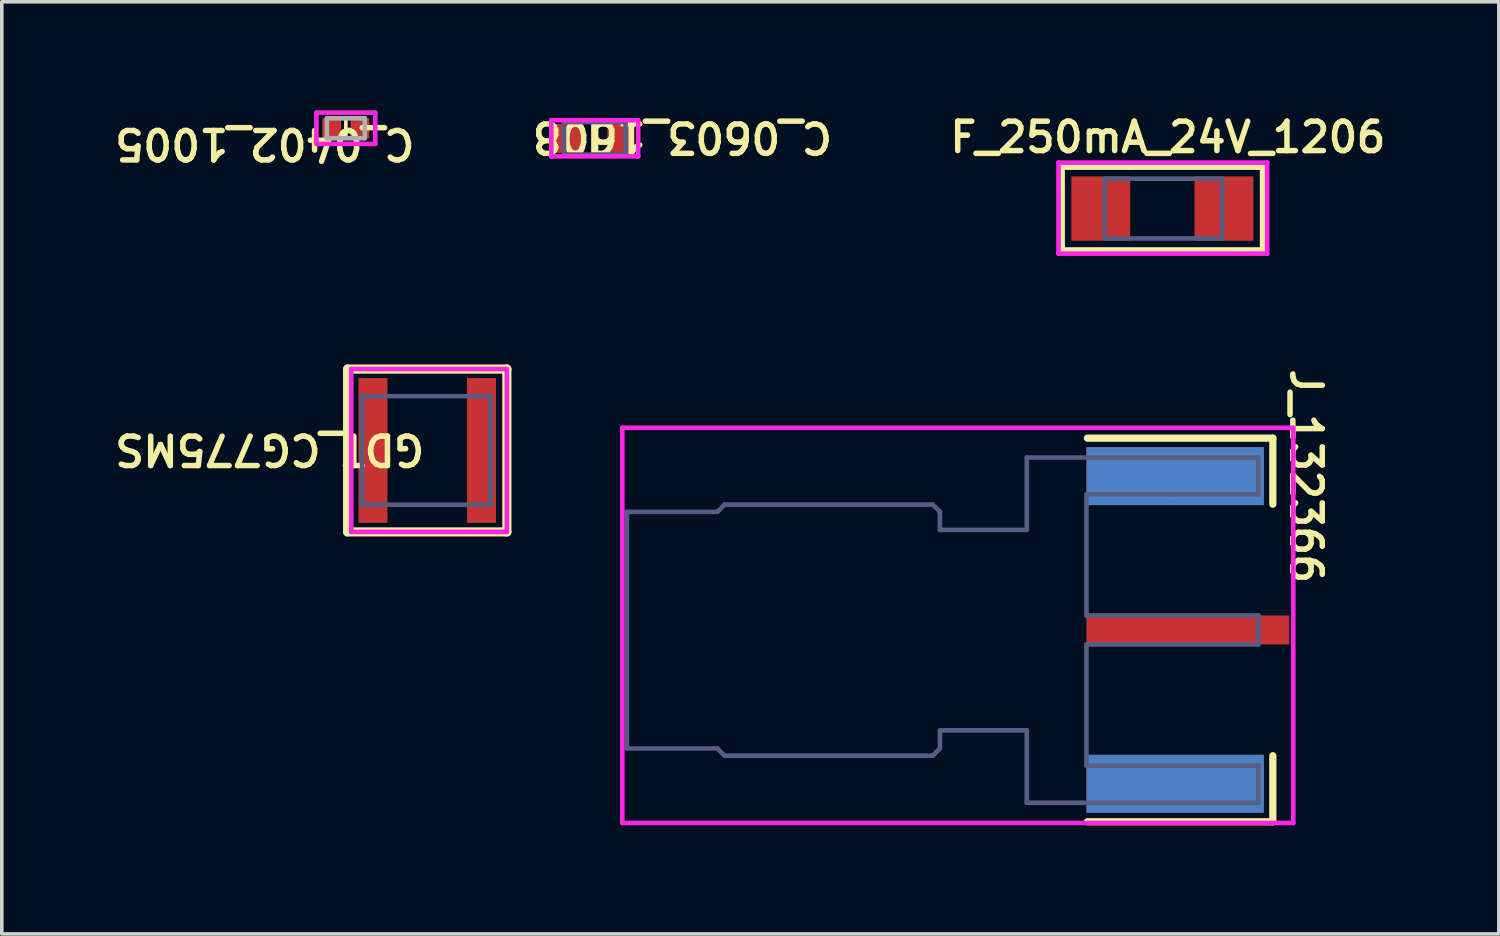
<source format=kicad_pcb>
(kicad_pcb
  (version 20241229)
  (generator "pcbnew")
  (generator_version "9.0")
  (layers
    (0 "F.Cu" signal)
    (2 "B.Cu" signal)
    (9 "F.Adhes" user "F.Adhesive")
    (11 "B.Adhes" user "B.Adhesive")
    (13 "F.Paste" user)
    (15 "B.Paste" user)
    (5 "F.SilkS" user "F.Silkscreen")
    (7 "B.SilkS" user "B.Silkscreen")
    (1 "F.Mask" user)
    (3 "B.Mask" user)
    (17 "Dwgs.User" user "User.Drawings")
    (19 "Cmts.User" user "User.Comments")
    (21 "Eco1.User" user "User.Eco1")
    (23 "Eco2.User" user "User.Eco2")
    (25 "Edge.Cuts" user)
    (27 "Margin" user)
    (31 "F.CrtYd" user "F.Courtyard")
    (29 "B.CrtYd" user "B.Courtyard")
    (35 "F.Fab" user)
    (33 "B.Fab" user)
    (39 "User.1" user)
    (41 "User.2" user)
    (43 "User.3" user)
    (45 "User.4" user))
  (footprint "J_132366"
    (layer "F.Cu")
    (at 26.975 14.359)
    (property "Reference" "J_132366" (at 6.071 -4.248 270) (unlocked yes) (layer "F.SilkS") (effects (font (size 0.813 0.813) (thickness 0.152))))
    (attr smd)
    (fp_line (start 0.025 -5.3) (end 5.15 -5.3) (stroke (width 0.2) (type solid)) (layer "F.SilkS"))
    (fp_line (start 0.025 5.3) (end 5.15 5.3) (stroke (width 0.2) (type solid)) (layer "F.SilkS"))
    (fp_line (start 5.15 -5.3) (end 5.15 -3.475) (stroke (width 0.2) (type solid)) (layer "F.SilkS"))
    (fp_line (start 5.15 3.475) (end 5.15 5.3) (stroke (width 0.2) (type solid)) (layer "F.SilkS"))
    (fp_line (start -12.827 -5.588) (end -12.827 5.334) (stroke (width 0.127) (type solid)) (layer "F.CrtYd"))
    (fp_line (start -12.827 -5.588) (end 5.715 -5.588) (stroke (width 0.127) (type solid)) (layer "F.CrtYd"))
    (fp_line (start -12.827 5.334) (end 5.715 5.334) (stroke (width 0.127) (type solid)) (layer "F.CrtYd"))
    (fp_line (start 5.715 -5.588) (end 5.715 5.334) (stroke (width 0.127) (type solid)) (layer "F.CrtYd"))
    (fp_line (start -12.7 -3.265) (end -12.7 3.275) (stroke (width 0.127) (type solid)) (layer "B.Fab"))
    (fp_line (start -12.7 -3.265) (end -10.2 -3.265) (stroke (width 0.127) (type solid)) (layer "B.Fab"))
    (fp_line (start -12.7 3.275) (end -10.2 3.275) (stroke (width 0.127) (type solid)) (layer "B.Fab"))
    (fp_line (start -10.2 3.275) (end -10 3.475) (stroke (width 0.127) (type solid)) (layer "B.Fab"))
    (fp_line (start -10 -3.465) (end -10.2 -3.265) (stroke (width 0.127) (type solid)) (layer "B.Fab"))
    (fp_line (start -10 -3.465) (end -4.25 -3.465) (stroke (width 0.127) (type solid)) (layer "B.Fab"))
    (fp_line (start -10 3.475) (end -4.25 3.475) (stroke (width 0.127) (type solid)) (layer "B.Fab"))
    (fp_line (start -4.25 -3.465) (end -4.05 -3.265) (stroke (width 0.127) (type solid)) (layer "B.Fab"))
    (fp_line (start -4.05 -3.265) (end -4.05 -2.765) (stroke (width 0.127) (type solid)) (layer "B.Fab"))
    (fp_line (start -4.05 -2.765) (end -1.65 -2.765) (stroke (width 0.127) (type solid)) (layer "B.Fab"))
    (fp_line (start -4.05 2.775) (end -4.05 3.275) (stroke (width 0.127) (type solid)) (layer "B.Fab"))
    (fp_line (start -4.05 2.775) (end -1.65 2.775) (stroke (width 0.127) (type solid)) (layer "B.Fab"))
    (fp_line (start -4.05 3.275) (end -4.25 3.475) (stroke (width 0.127) (type solid)) (layer "B.Fab"))
    (fp_line (start -1.65 -4.765) (end -1.65 -2.765) (stroke (width 0.127) (type solid)) (layer "B.Fab"))
    (fp_line (start -1.65 -4.765) (end 4.75 -4.765) (stroke (width 0.127) (type solid)) (layer "B.Fab"))
    (fp_line (start -1.65 2.775) (end -1.65 4.775) (stroke (width 0.127) (type solid)) (layer "B.Fab"))
    (fp_line (start -1.65 4.775) (end 4.75 4.775) (stroke (width 0.127) (type solid)) (layer "B.Fab"))
    (fp_line (start 0 -3.75) (end 0 -0.4) (stroke (width 0.127) (type solid)) (layer "B.Fab"))
    (fp_line (start 0 -0.4) (end 4.75 -0.4) (stroke (width 0.127) (type solid)) (layer "B.Fab"))
    (fp_line (start 0.00008 -3.75) (end 2.425 -3.75) (stroke (width 0.127) (type solid)) (layer "B.Fab"))
    (fp_line (start 0.00008 0.4) (end 0.00008 3.75) (stroke (width 0.127) (type solid)) (layer "B.Fab"))
    (fp_line (start 0.00008 0.4) (end 4.75 0.4) (stroke (width 0.127) (type solid)) (layer "B.Fab"))
    (fp_line (start 0.00008 3.75) (end 4.75 3.75) (stroke (width 0.127) (type solid)) (layer "B.Fab"))
    (fp_line (start 2.425 -3.75) (end 4.75 -3.75) (stroke (width 0.127) (type solid)) (layer "B.Fab"))
    (fp_line (start 3.8 0.4) (end 3.8 0.4) (stroke (width 0.127) (type solid)) (layer "B.Fab"))
    (fp_line (start 4.75 -4.765) (end 4.75 -3.75) (stroke (width 0.127) (type solid)) (layer "B.Fab"))
    (fp_line (start 4.75 -0.4) (end 4.75 0.4) (stroke (width 0.127) (type solid)) (layer "B.Fab"))
    (fp_line (start 4.75 3.75) (end 4.75 4.775) (stroke (width 0.127) (type solid)) (layer "B.Fab"))
    (pad "1" smd rect (at 2.8 0) (size 5.6 0.8) (layers "F.Cu" "F.Mask"))
    (pad "2" smd rect (at 2.45 -4.25) (size 4.9 1.6) (layers "F.Cu" "F.Mask"))
    (pad "2" smd rect (at 2.45 -4.25) (size 4.9 1.6) (layers "B.Cu" "B.Mask"))
    (pad "2" smd rect (at 2.45 4.25) (size 4.9 1.6) (layers "F.Cu" "F.Mask"))
    (pad "2" smd rect (at 2.45 4.25) (size 4.9 1.6) (layers "B.Cu" "B.Mask")))
  (footprint "GDT_CG775MS"
    (layer "F.Cu")
    (at 8.757 9.399)
    (property "Reference" "GDT_CG775MS" (at -4.352 -0.029 180) (unlocked yes) (layer "F.SilkS") (effects (font (size 0.813 0.813) (thickness 0.152))))
    (attr smd)
    (fp_line (start -2.2 -2.25) (end -2.2 2.25) (stroke (width 0.254) (type solid)) (layer "F.SilkS"))
    (fp_line (start 2.2 -2.25) (end -2.2 -2.25) (stroke (width 0.254) (type solid)) (layer "F.SilkS"))
    (fp_line (start 2.2 -2.25) (end 2.2 2.25) (stroke (width 0.254) (type solid)) (layer "F.SilkS"))
    (fp_line (start 2.2 2.25) (end -2.2 2.25) (stroke (width 0.254) (type solid)) (layer "F.SilkS"))
    (fp_line (start -2.1 -2.25) (end -2.1 2.25) (stroke (width 0.127) (type solid)) (layer "F.CrtYd"))
    (fp_line (start 2.2 -2.25) (end -2.1 -2.25) (stroke (width 0.127) (type solid)) (layer "F.CrtYd"))
    (fp_line (start 2.2 -2.25) (end 2.2 2.25) (stroke (width 0.127) (type solid)) (layer "F.CrtYd"))
    (fp_line (start 2.2 2.25) (end -2.1 2.25) (stroke (width 0.127) (type solid)) (layer "F.CrtYd"))
    (fp_line (start -1.8 -1.5) (end -1.8 1.5) (stroke (width 0.127) (type solid)) (layer "B.Fab"))
    (fp_line (start 1.75 -1.5) (end -1.8 -1.5) (stroke (width 0.127) (type solid)) (layer "B.Fab"))
    (fp_line (start 1.75 -1.5) (end 1.75 1.5) (stroke (width 0.127) (type solid)) (layer "B.Fab"))
    (fp_line (start 1.75 1.5) (end -1.8 1.5) (stroke (width 0.127) (type solid)) (layer "B.Fab"))
    (pad "1" smd rect (at -1.5 0) (size 0.8 4) (layers "F.Cu" "F.Mask" "F.Paste"))
    (pad "2" smd rect (at 1.5 0) (size 0.8 4) (layers "F.Cu" "F.Mask" "F.Paste")))
  (footprint "C_0603_1608"
    (layer "F.Cu")
    (at 13.386 0.772)
    (property "Reference" "C_0603_1608" (at 2.423 -0.029 180) (unlocked yes) (layer "F.SilkS") (effects (font (size 0.813 0.813) (thickness 0.152))))
    (attr smd)
    (fp_line (start 0 0.381) (end 0 -0.381) (stroke (width 0.2) (type solid)) (layer "F.SilkS"))
    (fp_line (start -1.2 0.5) (end -1.2 -0.5) (stroke (width 0.127) (type solid)) (layer "F.CrtYd"))
    (fp_line (start 1.2 -0.5) (end -1.2 -0.5) (stroke (width 0.127) (type solid)) (layer "F.CrtYd"))
    (fp_line (start 1.2 0.5) (end -1.2 0.5) (stroke (width 0.127) (type solid)) (layer "F.CrtYd"))
    (fp_line (start 1.2 0.5) (end 1.2 -0.5) (stroke (width 0.127) (type solid)) (layer "F.CrtYd"))
    (fp_line (start -0.85 0.45) (end -0.85 -0.45) (stroke (width 0.127) (type solid)) (layer "B.Fab"))
    (fp_line (start 0.85 -0.45) (end -0.85 -0.45) (stroke (width 0.127) (type solid)) (layer "B.Fab"))
    (fp_line (start 0.85 0.45) (end -0.85 0.45) (stroke (width 0.127) (type solid)) (layer "B.Fab"))
    (fp_line (start 0.85 0.45) (end 0.85 -0.45) (stroke (width 0.127) (type solid)) (layer "B.Fab"))
    (pad "1" smd rect (at -0.725 0 90) (size 0.8 0.75) (layers "F.Cu" "F.Mask" "F.Paste"))
    (pad "2" smd rect (at 0.725 0 90) (size 0.8 0.75) (layers "F.Cu" "F.Mask" "F.Paste")))
  (footprint "C_0402_1005"
    (layer "F.Cu")
    (at 6.507 0.495)
    (property "Reference" "C_0402_1005" (at -2.238 0.429 180) (unlocked yes) (layer "F.SilkS") (effects (font (size 0.813 0.813) (thickness 0.152))))
    (attr smd)
    (fp_line (start 0 0.254) (end 0 -0.254) (stroke (width 0.102) (type solid)) (layer "F.SilkS"))
    (fp_line (start -0.813 -0.432) (end 0.813 -0.432) (stroke (width 0.127) (type solid)) (layer "F.CrtYd"))
    (fp_line (start -0.813 0.432) (end -0.813 -0.432) (stroke (width 0.127) (type solid)) (layer "F.CrtYd"))
    (fp_line (start -0.813 0.432) (end 0.813 0.432) (stroke (width 0.127) (type solid)) (layer "F.CrtYd"))
    (fp_line (start 0.813 0.432) (end 0.813 -0.432) (stroke (width 0.127) (type solid)) (layer "F.CrtYd"))
    (fp_line (start -0.525 0.275) (end -0.525 -0.275) (stroke (width 0.127) (type solid)) (layer "F.Fab"))
    (fp_line (start 0.525 -0.275) (end -0.525 -0.275) (stroke (width 0.127) (type solid)) (layer "F.Fab"))
    (fp_line (start 0.525 0.275) (end -0.525 0.275) (stroke (width 0.127) (type solid)) (layer "F.Fab"))
    (fp_line (start 0.525 0.275) (end 0.525 -0.275) (stroke (width 0.127) (type solid)) (layer "F.Fab"))
    (pad "1" smd rect (at -0.39 0) (size 0.52 0.56) (layers "F.Cu" "F.Mask" "F.Paste"))
    (pad "2" smd rect (at 0.39 0) (size 0.52 0.56) (layers "F.Cu" "F.Mask" "F.Paste")))
  (footprint "F_250mA_24V_1206"
    (layer "F.Cu")
    (at 29.072 2.714)
    (property "Reference" "F_250mA_24V_1206" (at 0.152 -1.971 0) (unlocked yes) (layer "F.SilkS") (effects (font (size 0.813 0.813) (thickness 0.152))))
    (attr smd)
    (fp_line (start -2.769 -1.143) (end -0.889 -1.143) (stroke (width 0.152) (type solid)) (layer "F.SilkS"))
    (fp_line (start -2.769 1.143) (end -2.769 -1.143) (stroke (width 0.152) (type solid)) (layer "F.SilkS"))
    (fp_line (start -2.769 1.143) (end 2.769 1.143) (stroke (width 0.152) (type solid)) (layer "F.SilkS"))
    (fp_line (start -0.889 -1.143) (end 2.769 -1.143) (stroke (width 0.152) (type solid)) (layer "F.SilkS"))
    (fp_line (start 2.769 1.143) (end 2.769 -1.143) (stroke (width 0.152) (type solid)) (layer "F.SilkS"))
    (fp_line (start -2.87 -1.27) (end 2.896 -1.27) (stroke (width 0.127) (type solid)) (layer "F.CrtYd"))
    (fp_line (start -2.87 1.245) (end -2.87 -1.27) (stroke (width 0.127) (type solid)) (layer "F.CrtYd"))
    (fp_line (start -2.87 1.245) (end 2.896 1.245) (stroke (width 0.127) (type solid)) (layer "F.CrtYd"))
    (fp_line (start 2.896 1.245) (end 2.896 -1.27) (stroke (width 0.127) (type solid)) (layer "F.CrtYd"))
    (fp_line (start -1.597 -0.825) (end 1.653 -0.825) (stroke (width 0.127) (type solid)) (layer "B.Fab"))
    (fp_line (start -1.597 0.825) (end -1.597 -0.825) (stroke (width 0.127) (type solid)) (layer "B.Fab"))
    (fp_line (start -1.597 0.825) (end 1.653 0.825) (stroke (width 0.127) (type solid)) (layer "B.Fab"))
    (fp_line (start 1.653 0.825) (end 1.653 -0.825) (stroke (width 0.127) (type solid)) (layer "B.Fab"))
    (pad "1" smd rect (at -1.702 0) (size 1.626 1.778) (layers "F.Cu" "F.Mask" "F.Paste"))
    (pad "2" smd rect (at 1.702 0) (size 1.626 1.778) (layers "F.Cu" "F.Mask" "F.Paste")))
  (gr_rect
    (start -3 -3)
    (end 38.371 22.759)
    (stroke (width 0.1) (type default))
    (fill no)
    (layer "Edge.Cuts")))
</source>
